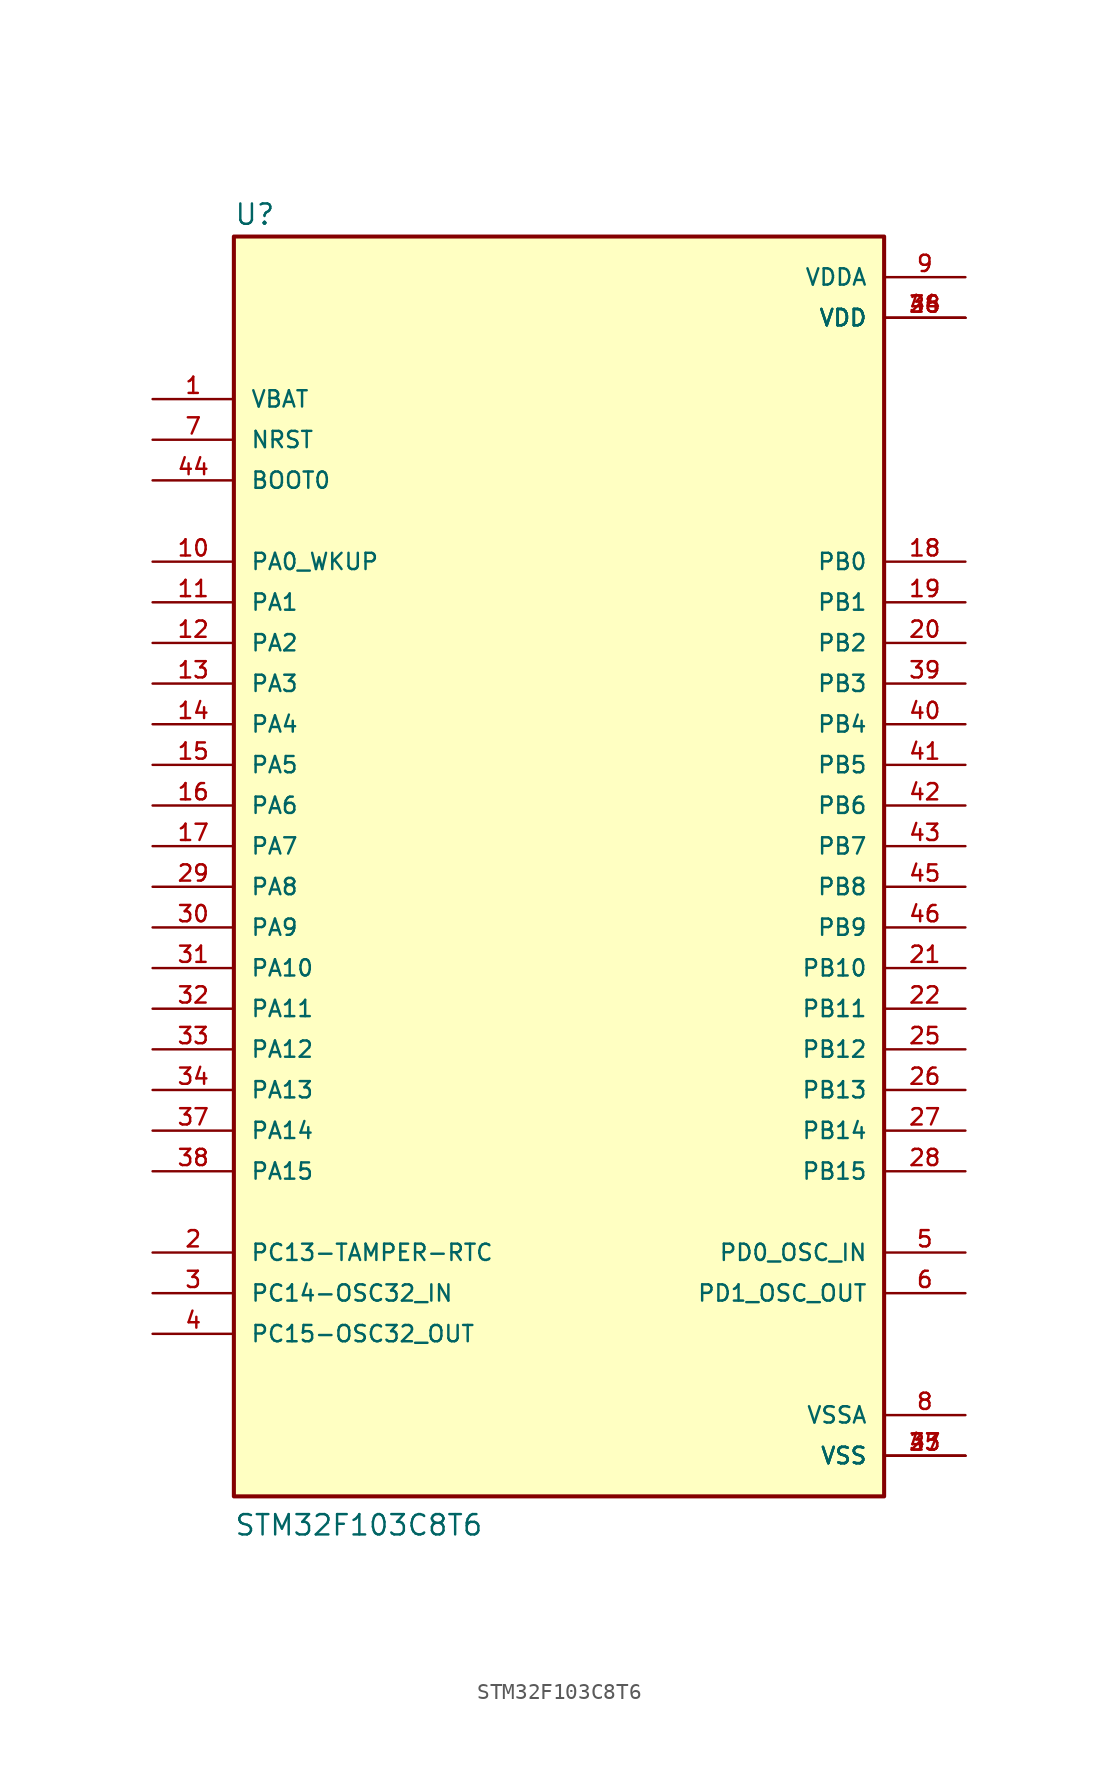
<source format=kicad_sym>
(kicad_symbol_lib
  (version 20211014)
  (generator kicad_symbol_editor)
  (symbol "STM32F103C8T6"
    (pin_names
      (offset 1.016))
    (property "Reference" "U"
      (at -20.32 41.275 0)
      (effects (font (size 1.27 1.27)) (justify bottom left)))
    (property "Value" "STM32F103C8T6"
      (at -20.32 -40.64 0)
      (effects (font (size 1.27 1.27)) (justify bottom left)))
    (symbol "STM32F103C8T6_0_0"
      (rectangle (start -20.32 -38.1) (end 20.32 40.64) (stroke (width 0.254)) (fill (type background)))
      (pin bidirectional line (at -25.4 30.48 0) (length 5.08) (name "VBAT" (effects (font (size 1.016 1.016)))) (number "1" (effects (font (size 1.016 1.016)))))
      (pin bidirectional line (at -25.4 -22.86 0) (length 5.08) (name "PC13-TAMPER-RTC" (effects (font (size 1.016 1.016)))) (number "2" (effects (font (size 1.016 1.016)))))
      (pin bidirectional line (at -25.4 -25.4 0) (length 5.08) (name "PC14-OSC32_IN" (effects (font (size 1.016 1.016)))) (number "3" (effects (font (size 1.016 1.016)))))
      (pin bidirectional line (at -25.4 -27.94 0) (length 5.08) (name "PC15-OSC32_OUT" (effects (font (size 1.016 1.016)))) (number "4" (effects (font (size 1.016 1.016)))))
      (pin bidirectional line (at 25.4 -22.86 180.0) (length 5.08) (name "PD0_OSC_IN" (effects (font (size 1.016 1.016)))) (number "5" (effects (font (size 1.016 1.016)))))
      (pin bidirectional line (at 25.4 -25.4 180.0) (length 5.08) (name "PD1_OSC_OUT" (effects (font (size 1.016 1.016)))) (number "6" (effects (font (size 1.016 1.016)))))
      (pin input line (at -25.4 27.94 0) (length 5.08) (name "NRST" (effects (font (size 1.016 1.016)))) (number "7" (effects (font (size 1.016 1.016)))))
      (pin power_in line (at 25.4 -33.02 180.0) (length 5.08) (name "VSSA" (effects (font (size 1.016 1.016)))) (number "8" (effects (font (size 1.016 1.016)))))
      (pin power_in line (at 25.4 38.1 180.0) (length 5.08) (name "VDDA" (effects (font (size 1.016 1.016)))) (number "9" (effects (font (size 1.016 1.016)))))
      (pin bidirectional line (at -25.4 20.32 0) (length 5.08) (name "PA0_WKUP" (effects (font (size 1.016 1.016)))) (number "10" (effects (font (size 1.016 1.016)))))
      (pin bidirectional line (at -25.4 17.78 0) (length 5.08) (name "PA1" (effects (font (size 1.016 1.016)))) (number "11" (effects (font (size 1.016 1.016)))))
      (pin bidirectional line (at -25.4 15.24 0) (length 5.08) (name "PA2" (effects (font (size 1.016 1.016)))) (number "12" (effects (font (size 1.016 1.016)))))
      (pin bidirectional line (at -25.4 12.7 0) (length 5.08) (name "PA3" (effects (font (size 1.016 1.016)))) (number "13" (effects (font (size 1.016 1.016)))))
      (pin bidirectional line (at -25.4 10.16 0) (length 5.08) (name "PA4" (effects (font (size 1.016 1.016)))) (number "14" (effects (font (size 1.016 1.016)))))
      (pin bidirectional line (at -25.4 7.62 0) (length 5.08) (name "PA5" (effects (font (size 1.016 1.016)))) (number "15" (effects (font (size 1.016 1.016)))))
      (pin bidirectional line (at -25.4 5.08 0) (length 5.08) (name "PA6" (effects (font (size 1.016 1.016)))) (number "16" (effects (font (size 1.016 1.016)))))
      (pin bidirectional line (at -25.4 2.54 0) (length 5.08) (name "PA7" (effects (font (size 1.016 1.016)))) (number "17" (effects (font (size 1.016 1.016)))))
      (pin bidirectional line (at 25.4 20.32 180.0) (length 5.08) (name "PB0" (effects (font (size 1.016 1.016)))) (number "18" (effects (font (size 1.016 1.016)))))
      (pin bidirectional line (at 25.4 17.78 180.0) (length 5.08) (name "PB1" (effects (font (size 1.016 1.016)))) (number "19" (effects (font (size 1.016 1.016)))))
      (pin bidirectional line (at 25.4 15.24 180.0) (length 5.08) (name "PB2" (effects (font (size 1.016 1.016)))) (number "20" (effects (font (size 1.016 1.016)))))
      (pin bidirectional line (at 25.4 -5.08 180.0) (length 5.08) (name "PB10" (effects (font (size 1.016 1.016)))) (number "21" (effects (font (size 1.016 1.016)))))
      (pin bidirectional line (at 25.4 -7.62 180.0) (length 5.08) (name "PB11" (effects (font (size 1.016 1.016)))) (number "22" (effects (font (size 1.016 1.016)))))
      (pin power_in line (at 25.4 -35.56 180.0) (length 5.08) (name "VSS" (effects (font (size 1.016 1.016)))) (number "23" (effects (font (size 1.016 1.016)))))
      (pin power_in line (at 25.4 -35.56 180.0) (length 5.08) (name "VSS" (effects (font (size 1.016 1.016)))) (number "35" (effects (font (size 1.016 1.016)))))
      (pin power_in line (at 25.4 -35.56 180.0) (length 5.08) (name "VSS" (effects (font (size 1.016 1.016)))) (number "47" (effects (font (size 1.016 1.016)))))
      (pin power_in line (at 25.4 35.56 180.0) (length 5.08) (name "VDD" (effects (font (size 1.016 1.016)))) (number "24" (effects (font (size 1.016 1.016)))))
      (pin power_in line (at 25.4 35.56 180.0) (length 5.08) (name "VDD" (effects (font (size 1.016 1.016)))) (number "36" (effects (font (size 1.016 1.016)))))
      (pin power_in line (at 25.4 35.56 180.0) (length 5.08) (name "VDD" (effects (font (size 1.016 1.016)))) (number "48" (effects (font (size 1.016 1.016)))))
      (pin bidirectional line (at 25.4 -10.16 180.0) (length 5.08) (name "PB12" (effects (font (size 1.016 1.016)))) (number "25" (effects (font (size 1.016 1.016)))))
      (pin bidirectional line (at 25.4 -12.7 180.0) (length 5.08) (name "PB13" (effects (font (size 1.016 1.016)))) (number "26" (effects (font (size 1.016 1.016)))))
      (pin bidirectional line (at 25.4 -15.24 180.0) (length 5.08) (name "PB14" (effects (font (size 1.016 1.016)))) (number "27" (effects (font (size 1.016 1.016)))))
      (pin bidirectional line (at 25.4 -17.78 180.0) (length 5.08) (name "PB15" (effects (font (size 1.016 1.016)))) (number "28" (effects (font (size 1.016 1.016)))))
      (pin bidirectional line (at -25.4 0.0 0) (length 5.08) (name "PA8" (effects (font (size 1.016 1.016)))) (number "29" (effects (font (size 1.016 1.016)))))
      (pin bidirectional line (at -25.4 -2.54 0) (length 5.08) (name "PA9" (effects (font (size 1.016 1.016)))) (number "30" (effects (font (size 1.016 1.016)))))
      (pin bidirectional line (at -25.4 -5.08 0) (length 5.08) (name "PA10" (effects (font (size 1.016 1.016)))) (number "31" (effects (font (size 1.016 1.016)))))
      (pin bidirectional line (at -25.4 -7.62 0) (length 5.08) (name "PA11" (effects (font (size 1.016 1.016)))) (number "32" (effects (font (size 1.016 1.016)))))
      (pin bidirectional line (at -25.4 -10.16 0) (length 5.08) (name "PA12" (effects (font (size 1.016 1.016)))) (number "33" (effects (font (size 1.016 1.016)))))
      (pin bidirectional line (at -25.4 -12.7 0) (length 5.08) (name "PA13" (effects (font (size 1.016 1.016)))) (number "34" (effects (font (size 1.016 1.016)))))
      (pin bidirectional line (at -25.4 -15.24 0) (length 5.08) (name "PA14" (effects (font (size 1.016 1.016)))) (number "37" (effects (font (size 1.016 1.016)))))
      (pin bidirectional line (at -25.4 -17.78 0) (length 5.08) (name "PA15" (effects (font (size 1.016 1.016)))) (number "38" (effects (font (size 1.016 1.016)))))
      (pin bidirectional line (at 25.4 12.7 180.0) (length 5.08) (name "PB3" (effects (font (size 1.016 1.016)))) (number "39" (effects (font (size 1.016 1.016)))))
      (pin bidirectional line (at 25.4 10.16 180.0) (length 5.08) (name "PB4" (effects (font (size 1.016 1.016)))) (number "40" (effects (font (size 1.016 1.016)))))
      (pin bidirectional line (at 25.4 7.62 180.0) (length 5.08) (name "PB5" (effects (font (size 1.016 1.016)))) (number "41" (effects (font (size 1.016 1.016)))))
      (pin bidirectional line (at 25.4 5.08 180.0) (length 5.08) (name "PB6" (effects (font (size 1.016 1.016)))) (number "42" (effects (font (size 1.016 1.016)))))
      (pin bidirectional line (at 25.4 2.54 180.0) (length 5.08) (name "PB7" (effects (font (size 1.016 1.016)))) (number "43" (effects (font (size 1.016 1.016)))))
      (pin input line (at -25.4 25.4 0) (length 5.08) (name "BOOT0" (effects (font (size 1.016 1.016)))) (number "44" (effects (font (size 1.016 1.016)))))
      (pin bidirectional line (at 25.4 0.0 180.0) (length 5.08) (name "PB8" (effects (font (size 1.016 1.016)))) (number "45" (effects (font (size 1.016 1.016)))))
      (pin bidirectional line (at 25.4 -2.54 180.0) (length 5.08) (name "PB9" (effects (font (size 1.016 1.016)))) (number "46" (effects (font (size 1.016 1.016))))))))
</source>
